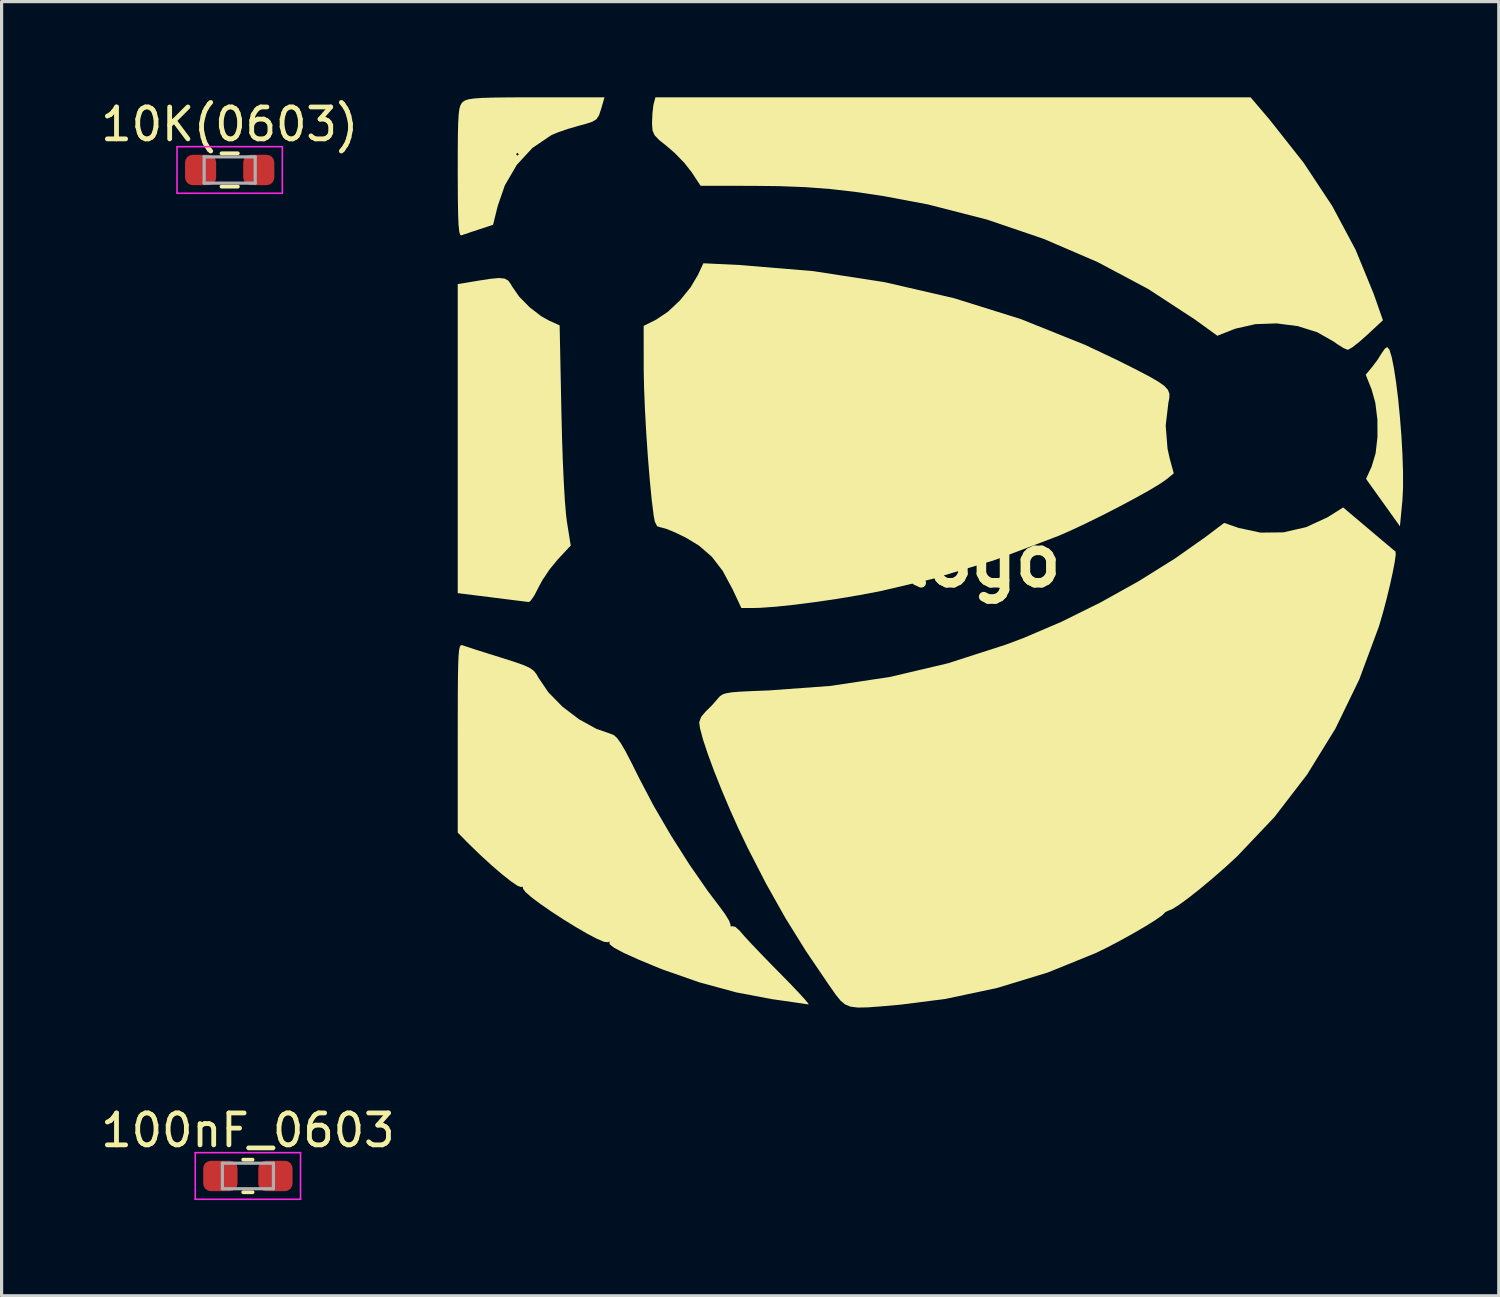
<source format=kicad_pcb>
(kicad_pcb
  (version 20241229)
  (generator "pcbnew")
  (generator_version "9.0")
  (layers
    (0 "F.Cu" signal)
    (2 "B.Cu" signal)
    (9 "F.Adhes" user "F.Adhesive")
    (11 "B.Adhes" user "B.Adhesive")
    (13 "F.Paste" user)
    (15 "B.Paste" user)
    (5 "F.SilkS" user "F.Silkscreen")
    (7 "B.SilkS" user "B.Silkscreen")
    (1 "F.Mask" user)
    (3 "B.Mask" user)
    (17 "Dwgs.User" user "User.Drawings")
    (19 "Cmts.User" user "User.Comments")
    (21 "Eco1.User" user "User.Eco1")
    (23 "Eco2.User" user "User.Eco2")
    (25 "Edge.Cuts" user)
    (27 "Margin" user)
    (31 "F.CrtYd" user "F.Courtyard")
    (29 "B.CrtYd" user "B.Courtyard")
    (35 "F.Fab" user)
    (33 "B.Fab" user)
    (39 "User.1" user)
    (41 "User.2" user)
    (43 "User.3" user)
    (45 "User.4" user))
  (footprint "10K(0603)"
    (layer "F.Cu")
    (at 4.149 2.278)
    (property "Reference" "10K(0603)" (at 0 -1.43 0) (layer "F.SilkS") (effects (font (size 1 1) (thickness 0.15))))
    (attr smd)
    (fp_line (start -0.255 -0.522) (end 0.255 -0.522) (stroke (width 0.12) (type solid)) (layer "F.SilkS"))
    (fp_line (start -0.255 0.522) (end 0.255 0.522) (stroke (width 0.12) (type solid)) (layer "F.SilkS"))
    (fp_line (start -1.65 -0.73) (end 1.65 -0.73) (stroke (width 0.05) (type solid)) (layer "F.CrtYd"))
    (fp_line (start -1.65 0.73) (end -1.65 -0.73) (stroke (width 0.05) (type solid)) (layer "F.CrtYd"))
    (fp_line (start 1.65 -0.73) (end 1.65 0.73) (stroke (width 0.05) (type solid)) (layer "F.CrtYd"))
    (fp_line (start 1.65 0.73) (end -1.65 0.73) (stroke (width 0.05) (type solid)) (layer "F.CrtYd"))
    (fp_line (start -0.8 -0.412) (end 0.8 -0.412) (stroke (width 0.1) (type solid)) (layer "F.Fab"))
    (fp_line (start -0.8 0.412) (end -0.8 -0.412) (stroke (width 0.1) (type solid)) (layer "F.Fab"))
    (fp_line (start 0.8 -0.412) (end 0.8 0.412) (stroke (width 0.1) (type solid)) (layer "F.Fab"))
    (fp_line (start 0.8 0.412) (end -0.8 0.412) (stroke (width 0.1) (type solid)) (layer "F.Fab"))
    (pad "1" smd roundrect (at -0.912 0) (size 0.975 0.95) (layers "F.Cu" "F.Mask" "F.Paste") (roundrect_rratio 0.25))
    (pad "2" smd roundrect (at 0.912 0) (size 0.975 0.95) (layers "F.Cu" "F.Mask" "F.Paste") (roundrect_rratio 0.25)))
  (footprint "100nF_0603"
    (layer "F.Cu")
    (at 4.72 33.809)
    (property "Reference" "100nF_0603" (at 0 -1.43 0) (layer "F.SilkS") (effects (font (size 1 1) (thickness 0.15))))
    (attr smd)
    (fp_line (start -0.146 -0.51) (end 0.146 -0.51) (stroke (width 0.12) (type solid)) (layer "F.SilkS"))
    (fp_line (start -0.146 0.51) (end 0.146 0.51) (stroke (width 0.12) (type solid)) (layer "F.SilkS"))
    (fp_line (start -1.65 -0.73) (end 1.65 -0.73) (stroke (width 0.05) (type solid)) (layer "F.CrtYd"))
    (fp_line (start -1.65 0.73) (end -1.65 -0.73) (stroke (width 0.05) (type solid)) (layer "F.CrtYd"))
    (fp_line (start 1.65 -0.73) (end 1.65 0.73) (stroke (width 0.05) (type solid)) (layer "F.CrtYd"))
    (fp_line (start 1.65 0.73) (end -1.65 0.73) (stroke (width 0.05) (type solid)) (layer "F.CrtYd"))
    (fp_line (start -0.8 -0.4) (end 0.8 -0.4) (stroke (width 0.1) (type solid)) (layer "F.Fab"))
    (fp_line (start -0.8 0.4) (end -0.8 -0.4) (stroke (width 0.1) (type solid)) (layer "F.Fab"))
    (fp_line (start 0.8 -0.4) (end 0.8 0.4) (stroke (width 0.1) (type solid)) (layer "F.Fab"))
    (fp_line (start 0.8 0.4) (end -0.8 0.4) (stroke (width 0.1) (type solid)) (layer "F.Fab"))
    (pad "1" smd roundrect (at -0.863 0) (size 1.075 0.95) (layers "F.Cu" "F.Mask" "F.Paste") (roundrect_rratio 0.25))
    (pad "2" smd roundrect (at 0.863 0) (size 1.075 0.95) (layers "F.Cu" "F.Mask" "F.Paste") (roundrect_rratio 0.25)))
  (footprint "30logo"
    (layer "F.Cu")
    (at 26.259 14.527)
    (property "Reference" "30logo" (at 0 0 0) (layer "F.SilkS") (effects (font (size 1.524 1.524) (thickness 0.3))))
    (attr board_only exclude_from_pos_files exclude_from_bom)
    (fp_poly (pts (xy 14.241 -6.615) (xy 14.312 -6.385) (xy 14.383 -6.031) (xy 14.451 -5.582) (xy 14.515 -5.062) (xy 14.57 -4.496) (xy 14.616 -3.912) (xy 14.649 -3.334) (xy 14.667 -2.789) (xy 14.668 -2.302) (xy 14.648 -1.899) (xy 14.645 -1.868) (xy 14.57 -1.082) (xy 14.039 -1.824) (xy 13.508 -2.566) (xy 13.685 -2.958) (xy 13.807 -3.366) (xy 13.866 -3.876) (xy 13.864 -4.425) (xy 13.799 -4.951) (xy 13.681 -5.374) (xy 13.498 -5.833) (xy 13.695 -6.07) (xy 13.864 -6.293) (xy 13.994 -6.501) (xy 13.995 -6.502) (xy 14.099 -6.65) (xy 14.172 -6.698)) (stroke (width 0) (type solid)) (fill yes) (layer "F.SilkS"))
    (fp_poly (pts (xy -13.49 -8.845) (xy -13.376 -8.779) (xy -13.29 -8.657) (xy -13.26 -8.601) (xy -13.034 -8.277) (xy -12.708 -7.946) (xy -12.345 -7.665) (xy -12.103 -7.53) (xy -11.768 -7.379) (xy -11.713 -4.668) (xy -11.693 -3.862) (xy -11.668 -3.114) (xy -11.637 -2.447) (xy -11.604 -1.886) (xy -11.568 -1.454) (xy -11.539 -1.218) (xy -11.42 -0.478) (xy -11.826 -0.043) (xy -12.079 0.265) (xy -12.312 0.613) (xy -12.438 0.848) (xy -12.564 1.093) (xy -12.677 1.254) (xy -12.737 1.293) (xy -12.855 1.278) (xy -13.109 1.246) (xy -13.462 1.202) (xy -13.878 1.15) (xy -13.896 1.147) (xy -14.962 1.014) (xy -14.962 -8.673) (xy -14.358 -8.773) (xy -13.945 -8.837) (xy -13.668 -8.863)) (stroke (width 0) (type solid)) (fill yes) (layer "F.SilkS"))
    (fp_poly (pts (xy -10.469 -14.158) (xy -10.533 -13.964) (xy -10.613 -13.841) (xy -10.753 -13.757) (xy -10.997 -13.68) (xy -11.165 -13.636) (xy -11.512 -13.535) (xy -11.83 -13.425) (xy -12.032 -13.339) (xy -12.622 -12.939) (xy -13.112 -12.408) (xy -13.486 -11.766) (xy -13.711 -11.114) (xy -13.854 -10.532) (xy -14.299 -10.385) (xy -14.571 -10.295) (xy -14.781 -10.224) (xy -14.853 -10.199) (xy -14.889 -10.222) (xy -14.916 -10.331) (xy -14.937 -10.544) (xy -14.95 -10.875) (xy -14.958 -11.343) (xy -14.961 -11.962) (xy -14.962 -12.199) (xy -14.961 -12.743) (xy -13.135 -12.743) (xy -13.091 -12.7) (xy -13.048 -12.743) (xy -13.091 -12.787) (xy -13.135 -12.743) (xy -14.961 -12.743) (xy -14.961 -12.851) (xy -14.957 -13.351) (xy -14.948 -13.722) (xy -14.933 -13.985) (xy -14.911 -14.162) (xy -14.878 -14.276) (xy -14.835 -14.349) (xy -14.803 -14.383) (xy -14.734 -14.428) (xy -14.628 -14.463) (xy -14.462 -14.489) (xy -14.215 -14.507) (xy -13.867 -14.518) (xy -13.395 -14.524) (xy -12.779 -14.527) (xy -12.503 -14.527) (xy -10.362 -14.527)) (stroke (width 0) (type solid)) (fill yes) (layer "F.SilkS"))
    (fp_poly (pts (xy 10.48 -13.833) (xy 11.549 -12.479) (xy 12.448 -11.12) (xy 13.18 -9.749) (xy 13.75 -8.36) (xy 13.753 -8.351) (xy 14.037 -7.539) (xy 13.538 -7.075) (xy 13.289 -6.855) (xy 13.08 -6.692) (xy 12.949 -6.616) (xy 12.935 -6.613) (xy 12.808 -6.664) (xy 12.606 -6.79) (xy 12.493 -6.871) (xy 11.979 -7.163) (xy 11.367 -7.355) (xy 10.704 -7.441) (xy 10.039 -7.417) (xy 9.42 -7.277) (xy 9.317 -7.239) (xy 8.848 -7.053) (xy 8.143 -7.563) (xy 6.682 -8.517) (xy 5.097 -9.361) (xy 3.406 -10.089) (xy 1.625 -10.695) (xy -0.229 -11.17) (xy -1.609 -11.43) (xy -2.483 -11.56) (xy -3.278 -11.652) (xy -4.06 -11.711) (xy -4.892 -11.743) (xy -5.741 -11.752) (xy -7.35 -11.754) (xy -7.635 -12.186) (xy -7.865 -12.477) (xy -8.165 -12.786) (xy -8.396 -12.985) (xy -8.648 -13.187) (xy -8.791 -13.337) (xy -8.855 -13.483) (xy -8.871 -13.676) (xy -8.871 -13.744) (xy -8.859 -14.033) (xy -8.83 -14.277) (xy -8.818 -14.331) (xy -8.765 -14.527) (xy 9.888 -14.527)) (stroke (width 0) (type solid)) (fill yes) (layer "F.SilkS"))
    (fp_poly (pts (xy -6.133 -9.271) (xy -3.818 -9.079) (xy -1.574 -8.731) (xy 0.596 -8.23) (xy 2.69 -7.575) (xy 4.702 -6.767) (xy 5.698 -6.296) (xy 6.258 -6.015) (xy 6.68 -5.796) (xy 6.982 -5.624) (xy 7.182 -5.484) (xy 7.296 -5.361) (xy 7.344 -5.24) (xy 7.343 -5.106) (xy 7.311 -4.944) (xy 7.311 -4.943) (xy 7.228 -4.239) (xy 7.286 -3.511) (xy 7.351 -3.218) (xy 7.481 -2.74) (xy 7.242 -2.545) (xy 7.032 -2.401) (xy 6.697 -2.2) (xy 6.269 -1.962) (xy 5.779 -1.701) (xy 5.26 -1.434) (xy 4.744 -1.18) (xy 4.264 -0.954) (xy 3.871 -0.782) (xy 1.879 -0.026) (xy -0.102 0.573) (xy -1.72 0.953) (xy -2.365 1.075) (xy -3.054 1.191) (xy -3.749 1.293) (xy -4.41 1.378) (xy -4.999 1.44) (xy -5.477 1.474) (xy -5.667 1.479) (xy -6.073 1.479) (xy -6.345 0.897) (xy -6.656 0.318) (xy -6.997 -0.126) (xy -7.404 -0.478) (xy -7.814 -0.726) (xy -8.126 -0.878) (xy -8.396 -0.991) (xy -8.575 -1.043) (xy -8.593 -1.044) (xy -8.711 -1.082) (xy -8.783 -1.222) (xy -8.82 -1.414) (xy -8.882 -1.91) (xy -8.943 -2.535) (xy -9.001 -3.242) (xy -9.052 -3.986) (xy -9.093 -4.721) (xy -9.121 -5.4) (xy -9.133 -5.979) (xy -9.133 -6.052) (xy -9.134 -7.363) (xy -8.747 -7.556) (xy -8.377 -7.803) (xy -7.999 -8.159) (xy -7.665 -8.569) (xy -7.436 -8.955) (xy -7.263 -9.325)) (stroke (width 0) (type solid)) (fill yes) (layer "F.SilkS"))
    (fp_poly (pts (xy 13.593 -0.994) (xy 13.906 -0.729) (xy 14.168 -0.508) (xy 14.352 -0.354) (xy 14.431 -0.289) (xy 14.432 -0.289) (xy 14.438 -0.189) (xy 14.406 0.043) (xy 14.342 0.376) (xy 14.254 0.774) (xy 14.15 1.203) (xy 14.037 1.629) (xy 13.923 2.019) (xy 13.906 2.073) (xy 13.295 3.72) (xy 12.546 5.263) (xy 11.66 6.7) (xy 10.639 8.029) (xy 9.482 9.249) (xy 9.482 9.25) (xy 9.1 9.602) (xy 8.701 9.951) (xy 8.309 10.278) (xy 7.951 10.561) (xy 7.649 10.782) (xy 7.43 10.921) (xy 7.328 10.96) (xy 7.215 11.012) (xy 7.205 11.027) (xy 7.109 11.119) (xy 6.889 11.272) (xy 6.576 11.466) (xy 6.201 11.684) (xy 5.797 11.908) (xy 5.393 12.12) (xy 5.031 12.297) (xy 3.532 12.905) (xy 1.946 13.389) (xy 0.32 13.734) (xy -1.087 13.913) (xy -1.666 13.964) (xy -2.099 13.997) (xy -2.417 14.004) (xy -2.648 13.976) (xy -2.822 13.905) (xy -2.966 13.784) (xy -3.112 13.603) (xy -3.286 13.354) (xy -3.349 13.264) (xy -4.056 12.221) (xy -4.694 11.193) (xy -5.299 10.117) (xy -5.872 9.003) (xy -6.155 8.411) (xy -6.432 7.794) (xy -6.693 7.177) (xy -6.927 6.588) (xy -7.125 6.053) (xy -7.275 5.599) (xy -7.368 5.252) (xy -7.394 5.062) (xy -7.332 4.892) (xy -7.198 4.732) (xy -6.995 4.532) (xy -6.827 4.339) (xy -6.756 4.257) (xy -6.676 4.196) (xy -6.557 4.154) (xy -6.373 4.123) (xy -6.095 4.101) (xy -5.696 4.082) (xy -5.218 4.064) (xy -3.279 3.922) (xy -1.416 3.641) (xy 0.405 3.212) (xy 2.221 2.627) (xy 2.784 2.415) (xy 3.961 1.912) (xy 5.179 1.309) (xy 6.385 0.637) (xy 7.523 -0.074) (xy 8.466 -0.739) (xy 9.06 -1.187) (xy 9.51 -1.031) (xy 10.198 -0.883) (xy 10.915 -0.891) (xy 11.627 -1.053) (xy 12.298 -1.362) (xy 12.375 -1.41) (xy 12.79 -1.672)) (stroke (width 0) (type solid)) (fill yes) (layer "F.SilkS"))
    (fp_poly (pts (xy -14.811 2.649) (xy -14.672 2.696) (xy -14.406 2.783) (xy -14.049 2.896) (xy -13.639 3.024) (xy -13.627 3.028) (xy -13.193 3.166) (xy -12.893 3.271) (xy -12.697 3.362) (xy -12.573 3.454) (xy -12.488 3.564) (xy -12.439 3.653) (xy -12.122 4.122) (xy -11.681 4.572) (xy -11.162 4.967) (xy -10.614 5.269) (xy -10.163 5.425) (xy -10.066 5.466) (xy -9.967 5.556) (xy -9.85 5.718) (xy -9.702 5.973) (xy -9.509 6.344) (xy -9.276 6.813) (xy -8.817 7.687) (xy -8.282 8.604) (xy -7.708 9.509) (xy -7.13 10.343) (xy -6.766 10.824) (xy -6.578 11.081) (xy -6.451 11.292) (xy -6.409 11.415) (xy -6.412 11.425) (xy -6.407 11.468) (xy -6.37 11.451) (xy -6.261 11.474) (xy -6.116 11.605) (xy -6.093 11.634) (xy -5.969 11.776) (xy -5.748 12.015) (xy -5.455 12.322) (xy -5.116 12.672) (xy -4.895 12.896) (xy -4.564 13.233) (xy -4.289 13.522) (xy -4.086 13.743) (xy -3.975 13.876) (xy -3.963 13.906) (xy -4.107 13.885) (xy -4.262 13.862) (xy -4.455 13.834) (xy -4.756 13.791) (xy -5.105 13.741) (xy -5.132 13.737) (xy -6.23 13.528) (xy -7.386 13.214) (xy -8.534 12.813) (xy -8.655 12.765) (xy -9.285 12.504) (xy -9.753 12.293) (xy -10.058 12.131) (xy -10.199 12.02) (xy -10.206 11.98) (xy -10.206 11.933) (xy -10.258 11.956) (xy -10.375 11.943) (xy -10.6 11.847) (xy -10.905 11.687) (xy -11.261 11.48) (xy -11.642 11.246) (xy -12.018 11.001) (xy -12.361 10.764) (xy -12.645 10.552) (xy -12.839 10.383) (xy -12.917 10.276) (xy -12.915 10.26) (xy -12.931 10.213) (xy -12.983 10.225) (xy -13.09 10.186) (xy -13.296 10.045) (xy -13.576 9.824) (xy -13.904 9.542) (xy -14.255 9.221) (xy -14.606 8.881) (xy -14.714 8.772) (xy -14.962 8.519) (xy -14.962 5.555) (xy -14.961 4.758) (xy -14.959 4.119) (xy -14.955 3.62) (xy -14.947 3.245) (xy -14.936 2.977) (xy -14.919 2.8) (xy -14.896 2.696) (xy -14.867 2.649) (xy -14.83 2.643)) (stroke (width 0) (type solid)) (fill yes) (layer "F.SilkS")))
  (gr_rect
    (start -3 -3)
    (end 43.927 37.564)
    (stroke (width 0.1) (type default))
    (fill no)
    (layer "Edge.Cuts")))
</source>
